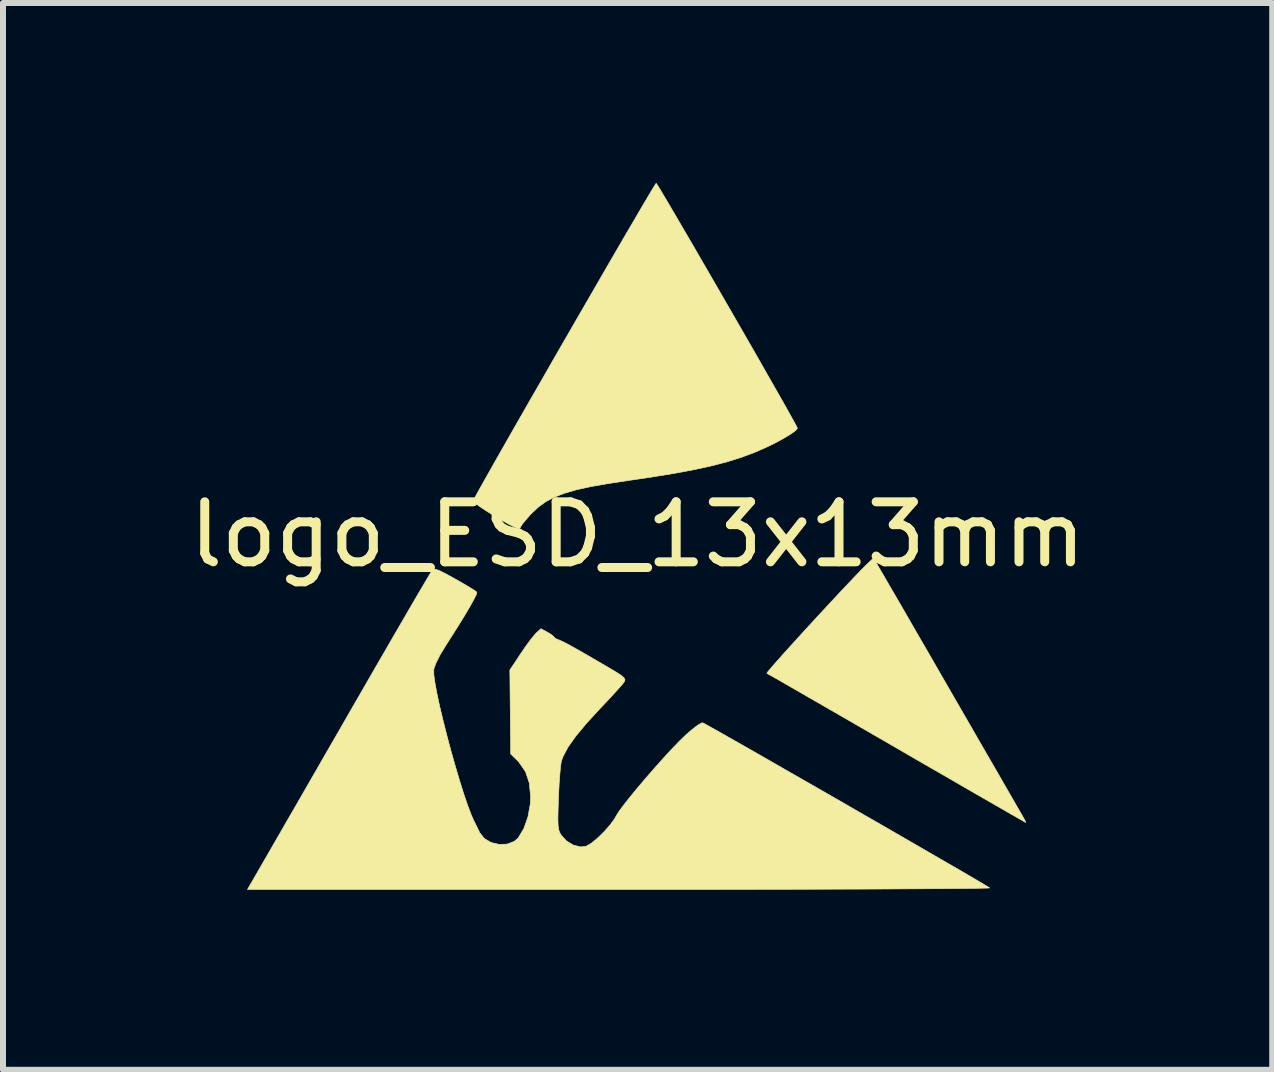
<source format=kicad_pcb>
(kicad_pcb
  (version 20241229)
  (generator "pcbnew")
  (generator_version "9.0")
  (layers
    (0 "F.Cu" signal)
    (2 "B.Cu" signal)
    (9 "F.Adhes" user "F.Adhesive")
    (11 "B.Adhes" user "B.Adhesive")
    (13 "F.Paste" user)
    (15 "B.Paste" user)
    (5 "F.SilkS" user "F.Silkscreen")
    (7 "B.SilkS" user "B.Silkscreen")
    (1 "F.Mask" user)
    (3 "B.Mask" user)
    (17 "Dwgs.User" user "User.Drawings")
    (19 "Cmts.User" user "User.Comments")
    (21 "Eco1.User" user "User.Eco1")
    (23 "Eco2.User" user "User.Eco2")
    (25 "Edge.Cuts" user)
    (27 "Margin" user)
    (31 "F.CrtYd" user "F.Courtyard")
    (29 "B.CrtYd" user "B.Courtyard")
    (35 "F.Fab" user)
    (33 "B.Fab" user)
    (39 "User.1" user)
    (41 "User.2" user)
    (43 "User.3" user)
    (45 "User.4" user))
  (footprint "logo_ESD_13x13mm"
    (layer "F.Cu")
    (at 7.577 5.859)
    (property "Reference" "logo_ESD_13x13mm" (at 0 0 0) (layer "F.SilkS") (effects (font (size 1 1) (thickness 0.15))))
    (attr exclude_from_pos_files exclude_from_bom)
    (fp_poly (pts (xy 3.975 0.469) (xy 3.998 0.507) (xy 4.049 0.595) (xy 4.126 0.727) (xy 4.226 0.9) (xy 4.348 1.109) (xy 4.487 1.35) (xy 4.642 1.619) (xy 4.811 1.91) (xy 4.99 2.221) (xy 5.174 2.54) (xy 5.362 2.866) (xy 5.543 3.179) (xy 5.713 3.475) (xy 5.871 3.748) (xy 6.014 3.995) (xy 6.138 4.211) (xy 6.242 4.391) (xy 6.322 4.53) (xy 6.377 4.625) (xy 6.403 4.67) (xy 6.445 4.745) (xy 6.468 4.792) (xy 6.469 4.8) (xy 6.441 4.784) (xy 6.364 4.74) (xy 6.241 4.67) (xy 6.077 4.575) (xy 5.875 4.459) (xy 5.64 4.324) (xy 5.375 4.171) (xy 5.085 4.003) (xy 4.774 3.824) (xy 4.446 3.634) (xy 4.321 3.561) (xy 3.987 3.368) (xy 3.668 3.184) (xy 3.369 3.011) (xy 3.093 2.852) (xy 2.844 2.709) (xy 2.628 2.584) (xy 2.447 2.48) (xy 2.306 2.399) (xy 2.208 2.344) (xy 2.159 2.317) (xy 2.154 2.314) (xy 2.169 2.29) (xy 2.221 2.228) (xy 2.305 2.131) (xy 2.415 2.007) (xy 2.547 1.861) (xy 2.694 1.699) (xy 2.852 1.526) (xy 3.015 1.349) (xy 3.179 1.172) (xy 3.336 1.003) (xy 3.483 0.847) (xy 3.614 0.709) (xy 3.723 0.595) (xy 3.806 0.512) (xy 3.834 0.485) (xy 3.928 0.396) (xy 3.975 0.469)) (stroke (width 0.01) (type solid)) (fill yes) (layer "F.SilkS"))
    (fp_poly (pts (xy 0.328 -5.828) (xy 0.374 -5.754) (xy 0.445 -5.635) (xy 0.538 -5.478) (xy 0.65 -5.287) (xy 0.778 -5.067) (xy 0.92 -4.825) (xy 1.071 -4.563) (xy 1.231 -4.288) (xy 1.394 -4.005) (xy 1.56 -3.718) (xy 1.724 -3.433) (xy 1.884 -3.155) (xy 2.037 -2.888) (xy 2.179 -2.638) (xy 2.309 -2.411) (xy 2.423 -2.21) (xy 2.519 -2.04) (xy 2.592 -1.908) (xy 2.641 -1.818) (xy 2.663 -1.775) (xy 2.664 -1.773) (xy 2.637 -1.736) (xy 2.562 -1.68) (xy 2.448 -1.611) (xy 2.305 -1.532) (xy 2.154 -1.458) (xy 1.949 -1.368) (xy 1.734 -1.288) (xy 1.5 -1.214) (xy 1.241 -1.146) (xy 0.949 -1.082) (xy 0.617 -1.02) (xy 0.238 -0.958) (xy -0.155 -0.9) (xy -0.496 -0.848) (xy -0.783 -0.798) (xy -1.022 -0.745) (xy -1.221 -0.687) (xy -1.386 -0.623) (xy -1.526 -0.549) (xy -1.647 -0.463) (xy -1.756 -0.362) (xy -1.792 -0.325) (xy -1.868 -0.238) (xy -1.925 -0.167) (xy -1.951 -0.125) (xy -1.951 -0.121) (xy -1.961 -0.1) (xy -1.992 -0.1) (xy -2.053 -0.123) (xy -2.15 -0.173) (xy -2.289 -0.252) (xy -2.385 -0.309) (xy -2.529 -0.398) (xy -2.641 -0.473) (xy -2.713 -0.531) (xy -2.738 -0.565) (xy -2.738 -0.565) (xy -2.722 -0.598) (xy -2.678 -0.679) (xy -2.608 -0.805) (xy -2.515 -0.97) (xy -2.401 -1.172) (xy -2.269 -1.404) (xy -2.122 -1.663) (xy -1.961 -1.944) (xy -1.79 -2.243) (xy -1.61 -2.555) (xy -1.426 -2.877) (xy -1.238 -3.203) (xy -1.05 -3.529) (xy -0.864 -3.85) (xy -0.683 -4.163) (xy -0.51 -4.463) (xy -0.346 -4.745) (xy -0.195 -5.005) (xy -0.058 -5.238) (xy 0.06 -5.441) (xy 0.159 -5.608) (xy 0.235 -5.736) (xy 0.286 -5.819) (xy 0.309 -5.854) (xy 0.31 -5.854) (xy 0.328 -5.828)) (stroke (width 0.01) (type solid)) (fill yes) (layer "F.SilkS"))
    (fp_poly (pts (xy -3.356 0.582) (xy -3.291 0.607) (xy -3.192 0.657) (xy -3.049 0.736) (xy -3.038 0.742) (xy -2.907 0.817) (xy -2.796 0.883) (xy -2.717 0.932) (xy -2.68 0.96) (xy -2.679 0.961) (xy -2.688 0.999) (xy -2.729 1.083) (xy -2.8 1.21) (xy -2.897 1.374) (xy -3.019 1.57) (xy -3.162 1.795) (xy -3.197 1.85) (xy -3.29 2.003) (xy -3.357 2.135) (xy -3.394 2.234) (xy -3.397 2.253) (xy -3.396 2.339) (xy -3.377 2.474) (xy -3.344 2.652) (xy -3.299 2.862) (xy -3.243 3.096) (xy -3.18 3.345) (xy -3.112 3.601) (xy -3.04 3.855) (xy -2.968 4.098) (xy -2.898 4.322) (xy -2.831 4.518) (xy -2.771 4.676) (xy -2.729 4.77) (xy -2.679 4.87) (xy -2.633 4.966) (xy -2.63 4.972) (xy -2.553 5.068) (xy -2.44 5.134) (xy -2.308 5.165) (xy -2.175 5.16) (xy -2.058 5.116) (xy -1.991 5.059) (xy -1.896 4.901) (xy -1.827 4.705) (xy -1.788 4.49) (xy -1.783 4.368) (xy -1.805 4.14) (xy -1.869 3.951) (xy -1.979 3.793) (xy -2.013 3.757) (xy -2.115 3.658) (xy -2.129 2.259) (xy -1.95 1.989) (xy -1.867 1.867) (xy -1.786 1.757) (xy -1.72 1.675) (xy -1.692 1.644) (xy -1.611 1.57) (xy -1.503 1.628) (xy -1.434 1.67) (xy -1.396 1.703) (xy -1.394 1.709) (xy -1.368 1.733) (xy -1.324 1.752) (xy -1.282 1.769) (xy -1.217 1.8) (xy -1.123 1.85) (xy -0.996 1.921) (xy -0.83 2.016) (xy -0.619 2.139) (xy -0.504 2.206) (xy -0.369 2.286) (xy -0.28 2.343) (xy -0.23 2.384) (xy -0.211 2.415) (xy -0.215 2.443) (xy -0.218 2.45) (xy -0.249 2.491) (xy -0.316 2.567) (xy -0.41 2.671) (xy -0.524 2.794) (xy -0.623 2.898) (xy -0.85 3.145) (xy -1.028 3.359) (xy -1.158 3.542) (xy -1.241 3.697) (xy -1.27 3.776) (xy -1.281 3.844) (xy -1.293 3.962) (xy -1.305 4.114) (xy -1.314 4.288) (xy -1.319 4.399) (xy -1.325 4.589) (xy -1.328 4.728) (xy -1.326 4.827) (xy -1.32 4.896) (xy -1.307 4.945) (xy -1.287 4.987) (xy -1.272 5.012) (xy -1.183 5.109) (xy -1.069 5.177) (xy -0.949 5.207) (xy -0.858 5.196) (xy -0.777 5.15) (xy -0.675 5.067) (xy -0.566 4.962) (xy -0.465 4.849) (xy -0.387 4.743) (xy -0.358 4.692) (xy -0.315 4.622) (xy -0.236 4.515) (xy -0.13 4.38) (xy -0.002 4.224) (xy 0.139 4.058) (xy 0.288 3.887) (xy 0.435 3.722) (xy 0.575 3.571) (xy 0.7 3.441) (xy 0.799 3.345) (xy 0.908 3.25) (xy 0.999 3.18) (xy 1.064 3.142) (xy 1.085 3.138) (xy 1.118 3.155) (xy 1.199 3.2) (xy 1.325 3.27) (xy 1.49 3.364) (xy 1.691 3.478) (xy 1.921 3.609) (xy 2.176 3.755) (xy 2.452 3.914) (xy 2.744 4.081) (xy 3.048 4.255) (xy 3.358 4.433) (xy 3.669 4.613) (xy 3.978 4.79) (xy 4.279 4.964) (xy 4.568 5.131) (xy 4.839 5.288) (xy 5.089 5.433) (xy 5.313 5.562) (xy 5.505 5.674) (xy 5.662 5.766) (xy 5.777 5.834) (xy 5.848 5.877) (xy 5.868 5.89) (xy 5.841 5.893) (xy 5.754 5.895) (xy 5.611 5.898) (xy 5.415 5.9) (xy 5.169 5.902) (xy 4.875 5.904) (xy 4.536 5.906) (xy 4.156 5.908) (xy 3.736 5.91) (xy 3.281 5.911) (xy 2.792 5.913) (xy 2.274 5.914) (xy 1.728 5.915) (xy 1.157 5.916) (xy 0.565 5.916) (xy -0.046 5.916) (xy -0.302 5.916) (xy -6.502 5.916) (xy -6.06 5.15) (xy -5.966 4.987) (xy -5.846 4.778) (xy -5.702 4.53) (xy -5.54 4.248) (xy -5.363 3.941) (xy -5.176 3.615) (xy -4.981 3.278) (xy -4.784 2.935) (xy -4.588 2.595) (xy -4.538 2.509) (xy -4.358 2.196) (xy -4.185 1.898) (xy -4.024 1.619) (xy -3.876 1.365) (xy -3.745 1.139) (xy -3.632 0.946) (xy -3.54 0.79) (xy -3.473 0.677) (xy -3.432 0.609) (xy -3.42 0.592) (xy -3.396 0.578) (xy -3.356 0.582)) (stroke (width 0.01) (type solid)) (fill yes) (layer "F.SilkS")))
  (gr_rect
    (start -3 -3)
    (end 18.155 14.781)
    (stroke (width 0.1) (type default))
    (fill no)
    (layer "Edge.Cuts")))
</source>
